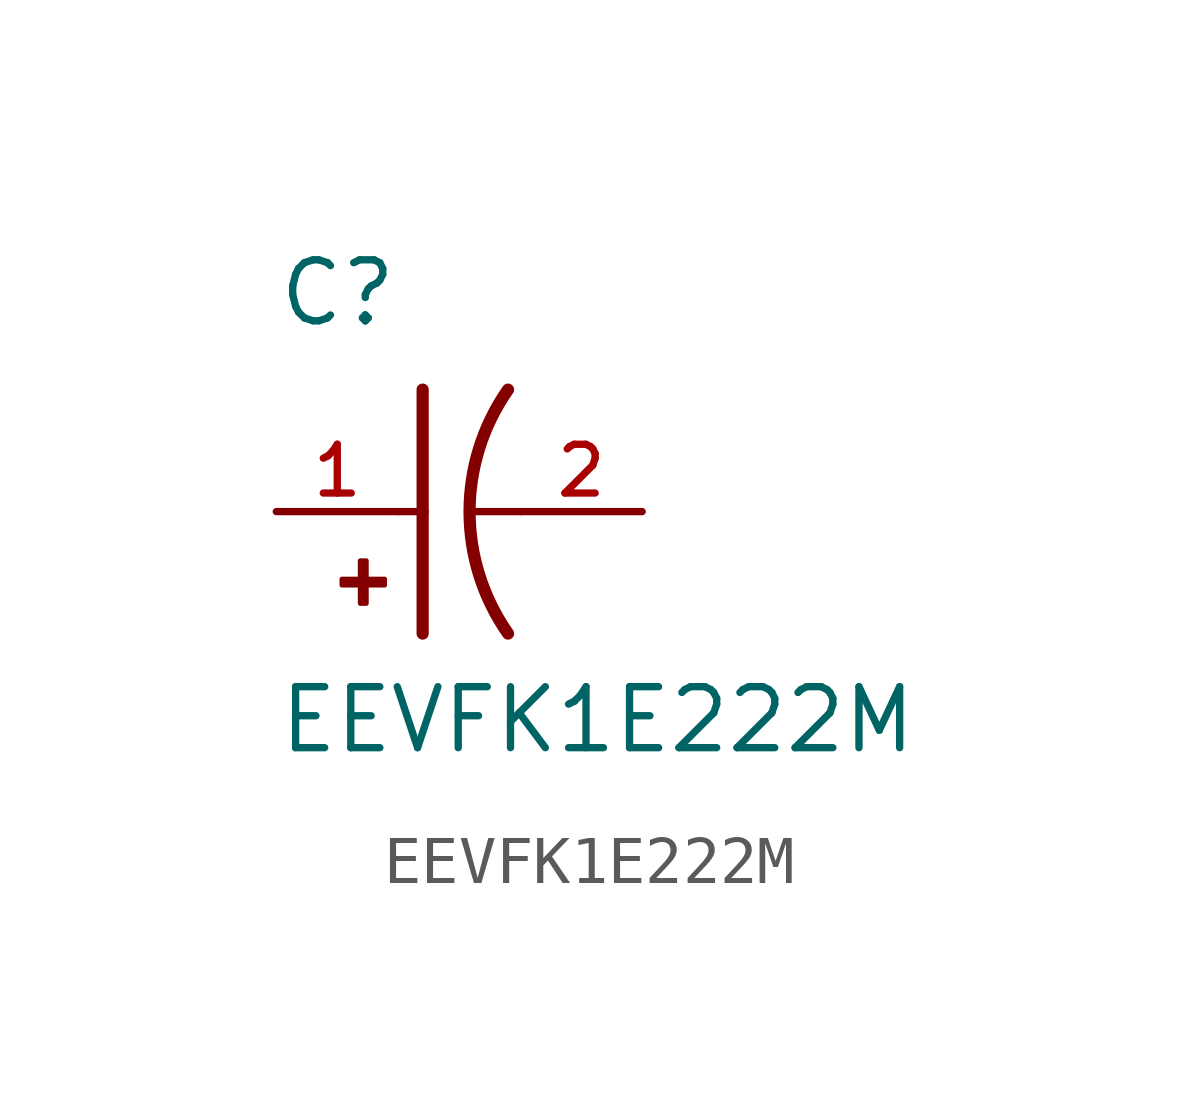
<source format=kicad_sym>
(kicad_symbol_lib
  (version 20211014)
  (generator kicad_symbol_editor)
  (symbol "EEVFK1E222M"
    (pin_names
      (offset 1.016))
    (property "Reference" "C"
      (at -2.54 3.81 0)
      (effects (font (size 1.27 1.27)) (justify bottom left)))
    (property "Value" "EEVFK1E222M"
      (at -2.54 -5.08 0)
      (effects (font (size 1.27 1.27)) (justify bottom left)))
    (symbol "EEVFK1E222M_0_0"
      (arc (start 2.286 -2.54) (mid 1.4851 -0.0) (end 2.286 2.54) (stroke (width 0.254) (type default) (color 0 0 0 0)) (fill (type none)))
      (polyline (pts (xy 0.508 2.54) (xy 0.508 0.0)) (stroke (width 0.254)))
      (rectangle (start -1.173 -1.532) (end -0.284 -1.405) (stroke (width 0.1)) (fill (type outline)))
      (rectangle (start -0.792 -1.913) (end -0.665 -1.024) (stroke (width 0.1)) (fill (type outline)))
      (polyline (pts (xy 0.508 0.0) (xy 0.508 -2.54)) (stroke (width 0.254)))
      (polyline (pts (xy 0.0 0.0) (xy 0.508 0.0)) (stroke (width 0.152)))
      (polyline (pts (xy 2.54 0.0) (xy 1.524 0.0)) (stroke (width 0.152)))
      (pin passive line (at -2.54 0.0 0) (length 2.54) (name "~" (effects (font (size 1.016 1.016)))) (number "1" (effects (font (size 1.016 1.016)))))
      (pin passive line (at 5.08 0.0 180.0) (length 2.54) (name "~" (effects (font (size 1.016 1.016)))) (number "2" (effects (font (size 1.016 1.016))))))))
</source>
